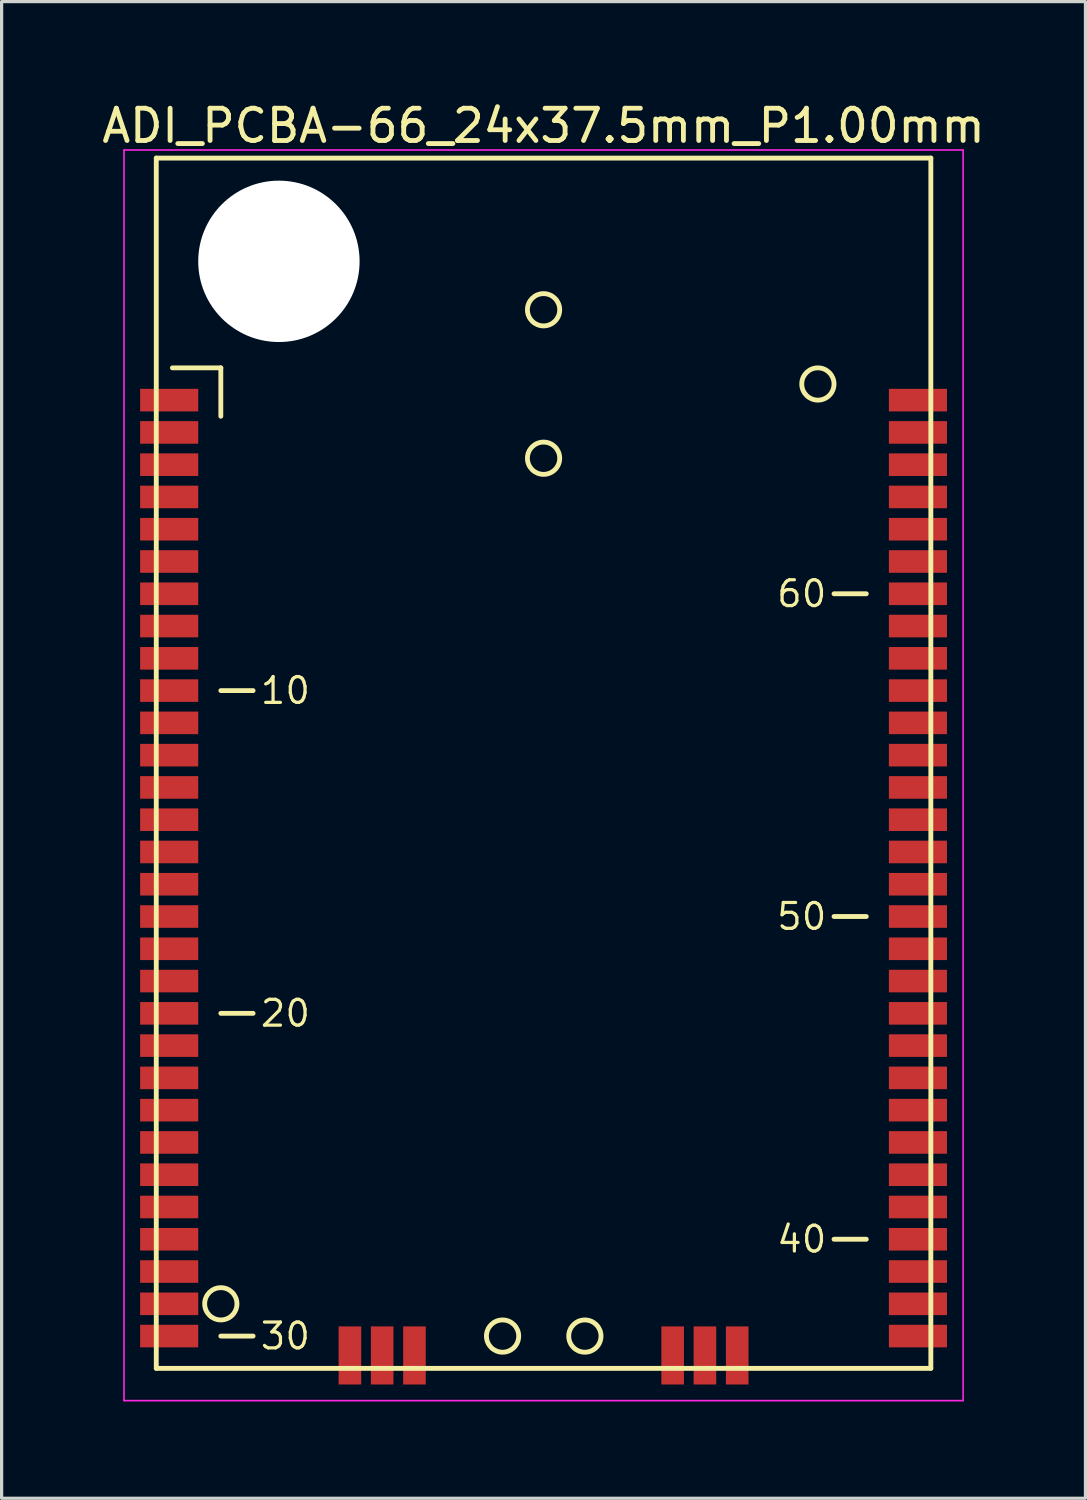
<source format=kicad_pcb>
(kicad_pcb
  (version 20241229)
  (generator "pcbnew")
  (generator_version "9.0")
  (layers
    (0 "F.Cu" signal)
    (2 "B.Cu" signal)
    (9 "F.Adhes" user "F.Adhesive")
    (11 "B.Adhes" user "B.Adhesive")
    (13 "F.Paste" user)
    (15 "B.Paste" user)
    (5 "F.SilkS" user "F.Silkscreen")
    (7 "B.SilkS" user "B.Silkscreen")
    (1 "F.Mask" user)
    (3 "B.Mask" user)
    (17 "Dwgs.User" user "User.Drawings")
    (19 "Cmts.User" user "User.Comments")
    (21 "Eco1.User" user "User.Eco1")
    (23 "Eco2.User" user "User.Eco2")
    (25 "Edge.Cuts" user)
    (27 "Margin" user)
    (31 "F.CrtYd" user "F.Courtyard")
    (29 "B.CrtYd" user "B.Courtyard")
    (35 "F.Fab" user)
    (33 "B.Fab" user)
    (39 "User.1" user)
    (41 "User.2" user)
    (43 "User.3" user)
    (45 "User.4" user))
  (footprint "ADI_PCBA-66_24x37.5mm_P1.00mm"
    (layer "F.Cu")
    (at 3.792 37.348)
    (property "Reference" "ADI_PCBA-66_24x37.5mm_P1.00mm" (at 10 -36.5 0) (layer "F.SilkS") (effects (font (size 1 1) (thickness 0.15))))
    (attr smd)
    (fp_line (start -2 -35.5) (end 22 -35.5) (stroke (width 0.15) (type solid)) (layer "F.SilkS"))
    (fp_line (start -2 2) (end -2 -35.5) (stroke (width 0.15) (type solid)) (layer "F.SilkS"))
    (fp_line (start -1.5 -29) (end 0 -29) (stroke (width 0.15) (type solid)) (layer "F.SilkS"))
    (fp_line (start 0 -29) (end 0 -27.5) (stroke (width 0.15) (type solid)) (layer "F.SilkS"))
    (fp_line (start 0 -19) (end 1 -19) (stroke (width 0.15) (type solid)) (layer "F.SilkS"))
    (fp_line (start 0 -9) (end 1 -9) (stroke (width 0.15) (type solid)) (layer "F.SilkS"))
    (fp_line (start 0 1) (end 1 1) (stroke (width 0.15) (type solid)) (layer "F.SilkS"))
    (fp_line (start 20 -22) (end 19 -22) (stroke (width 0.15) (type solid)) (layer "F.SilkS"))
    (fp_line (start 20 -12) (end 19 -12) (stroke (width 0.15) (type solid)) (layer "F.SilkS"))
    (fp_line (start 20 -2) (end 19 -2) (stroke (width 0.15) (type solid)) (layer "F.SilkS"))
    (fp_line (start 22 -35.5) (end 22 2) (stroke (width 0.15) (type solid)) (layer "F.SilkS"))
    (fp_line (start 22 2) (end -2 2) (stroke (width 0.15) (type solid)) (layer "F.SilkS"))
    (fp_circle (center 0 0) (end 0 0.5) (stroke (width 0.15) (type solid)) (fill no) (layer "F.SilkS"))
    (fp_circle (center 8.73 1) (end 8.73 1.5) (stroke (width 0.15) (type solid)) (fill no) (layer "F.SilkS"))
    (fp_circle (center 10 -30.8) (end 10 -30.3) (stroke (width 0.15) (type solid)) (fill no) (layer "F.SilkS"))
    (fp_circle (center 10 -26.2) (end 10 -25.7) (stroke (width 0.15) (type solid)) (fill no) (layer "F.SilkS"))
    (fp_circle (center 11.28 1) (end 11.28 1.5) (stroke (width 0.15) (type solid)) (fill no) (layer "F.SilkS"))
    (fp_circle (center 18.5 -28.5) (end 18.5 -28) (stroke (width 0.15) (type solid)) (fill no) (layer "F.SilkS"))
    (fp_line (start -3 -35.75) (end -3 3) (stroke (width 0.05) (type solid)) (layer "F.CrtYd"))
    (fp_line (start -3 3) (end 23 3) (stroke (width 0.05) (type solid)) (layer "F.CrtYd"))
    (fp_line (start 23 -35.75) (end -3 -35.75) (stroke (width 0.05) (type solid)) (layer "F.CrtYd"))
    (fp_line (start 23 3) (end 23 -35.75) (stroke (width 0.05) (type solid)) (layer "F.CrtYd"))
    (fp_text user "60" (at 18 -22 0) (layer "F.SilkS") (effects (font (size 0.8 0.8) (thickness 0.1))))
    (fp_text user "40" (at 18 -2 0) (layer "F.SilkS") (effects (font (size 0.8 0.8) (thickness 0.1))))
    (fp_text user "30" (at 2 1 0) (layer "F.SilkS") (effects (font (size 0.8 0.8) (thickness 0.1))))
    (fp_text user "50" (at 18 -12 0) (layer "F.SilkS") (effects (font (size 0.8 0.8) (thickness 0.1))))
    (fp_text user "20" (at 2 -9 0) (layer "F.SilkS") (effects (font (size 0.8 0.8) (thickness 0.1))))
    (fp_text user "10" (at 2 -19 0) (layer "F.SilkS") (effects (font (size 0.8 0.8) (thickness 0.1))))
    (pad "" np_thru_hole circle (at 1.8 -32.3) (size 5 5) (drill 5) (layers "*.Cu" "*.Mask"))
    (pad "1" smd rect (at -2 -28) (size 1.8 0.7) (drill (offset 0.4 0)) (layers "F.Cu" "F.Mask" "F.Paste"))
    (pad "2" smd rect (at -2 -27) (size 1.8 0.7) (drill (offset 0.4 0)) (layers "F.Cu" "F.Mask" "F.Paste"))
    (pad "3" smd rect (at -2 -26) (size 1.8 0.7) (drill (offset 0.4 0)) (layers "F.Cu" "F.Mask" "F.Paste"))
    (pad "4" smd rect (at -2 -25) (size 1.8 0.7) (drill (offset 0.4 0)) (layers "F.Cu" "F.Mask" "F.Paste"))
    (pad "5" smd rect (at -2 -24) (size 1.8 0.7) (drill (offset 0.4 0)) (layers "F.Cu" "F.Mask" "F.Paste"))
    (pad "6" smd rect (at -2 -23) (size 1.8 0.7) (drill (offset 0.4 0)) (layers "F.Cu" "F.Mask" "F.Paste"))
    (pad "7" smd rect (at -2 -22) (size 1.8 0.7) (drill (offset 0.4 0)) (layers "F.Cu" "F.Mask" "F.Paste"))
    (pad "8" smd rect (at -2 -21) (size 1.8 0.7) (drill (offset 0.4 0)) (layers "F.Cu" "F.Mask" "F.Paste"))
    (pad "9" smd rect (at -2 -20) (size 1.8 0.7) (drill (offset 0.4 0)) (layers "F.Cu" "F.Mask" "F.Paste"))
    (pad "10" smd rect (at -2 -19) (size 1.8 0.7) (drill (offset 0.4 0)) (layers "F.Cu" "F.Mask" "F.Paste"))
    (pad "11" smd rect (at -2 -18) (size 1.8 0.7) (drill (offset 0.4 0)) (layers "F.Cu" "F.Mask" "F.Paste"))
    (pad "12" smd rect (at -2 -17) (size 1.8 0.7) (drill (offset 0.4 0)) (layers "F.Cu" "F.Mask" "F.Paste"))
    (pad "13" smd rect (at -2 -16) (size 1.8 0.7) (drill (offset 0.4 0)) (layers "F.Cu" "F.Mask" "F.Paste"))
    (pad "14" smd rect (at -2 -15) (size 1.8 0.7) (drill (offset 0.4 0)) (layers "F.Cu" "F.Mask" "F.Paste"))
    (pad "15" smd rect (at -2 -14) (size 1.8 0.7) (drill (offset 0.4 0)) (layers "F.Cu" "F.Mask" "F.Paste"))
    (pad "16" smd rect (at -2 -13) (size 1.8 0.7) (drill (offset 0.4 0)) (layers "F.Cu" "F.Mask" "F.Paste"))
    (pad "17" smd rect (at -2 -12) (size 1.8 0.7) (drill (offset 0.4 0)) (layers "F.Cu" "F.Mask" "F.Paste"))
    (pad "18" smd rect (at -2 -11) (size 1.8 0.7) (drill (offset 0.4 0)) (layers "F.Cu" "F.Mask" "F.Paste"))
    (pad "19" smd rect (at -2 -10) (size 1.8 0.7) (drill (offset 0.4 0)) (layers "F.Cu" "F.Mask" "F.Paste"))
    (pad "20" smd rect (at -2 -9) (size 1.8 0.7) (drill (offset 0.4 0)) (layers "F.Cu" "F.Mask" "F.Paste"))
    (pad "21" smd rect (at -2 -8) (size 1.8 0.7) (drill (offset 0.4 0)) (layers "F.Cu" "F.Mask" "F.Paste"))
    (pad "22" smd rect (at -2 -7) (size 1.8 0.7) (drill (offset 0.4 0)) (layers "F.Cu" "F.Mask" "F.Paste"))
    (pad "23" smd rect (at -2 -6) (size 1.8 0.7) (drill (offset 0.4 0)) (layers "F.Cu" "F.Mask" "F.Paste"))
    (pad "24" smd rect (at -2 -5) (size 1.8 0.7) (drill (offset 0.4 0)) (layers "F.Cu" "F.Mask" "F.Paste"))
    (pad "25" smd rect (at -2 -4) (size 1.8 0.7) (drill (offset 0.4 0)) (layers "F.Cu" "F.Mask" "F.Paste"))
    (pad "26" smd rect (at -2 -3) (size 1.8 0.7) (drill (offset 0.4 0)) (layers "F.Cu" "F.Mask" "F.Paste"))
    (pad "27" smd rect (at -2 -2) (size 1.8 0.7) (drill (offset 0.4 0)) (layers "F.Cu" "F.Mask" "F.Paste"))
    (pad "28" smd rect (at -2 -1) (size 1.8 0.7) (drill (offset 0.4 0)) (layers "F.Cu" "F.Mask" "F.Paste"))
    (pad "29" smd rect (at -2 0) (size 1.8 0.7) (drill (offset 0.4 0)) (layers "F.Cu" "F.Mask" "F.Paste"))
    (pad "30" smd rect (at -2 1) (size 1.8 0.7) (drill (offset 0.4 0)) (layers "F.Cu" "F.Mask" "F.Paste"))
    (pad "31" smd rect (at 4 2 90) (size 1.8 0.7) (drill (offset 0.4 0)) (layers "F.Cu" "F.Mask" "F.Paste"))
    (pad "32" smd rect (at 5 2 90) (size 1.8 0.7) (drill (offset 0.4 0)) (layers "F.Cu" "F.Mask" "F.Paste"))
    (pad "33" smd rect (at 6 2 90) (size 1.8 0.7) (drill (offset 0.4 0)) (layers "F.Cu" "F.Mask" "F.Paste"))
    (pad "34" smd rect (at 14 2 90) (size 1.8 0.7) (drill (offset 0.4 0)) (layers "F.Cu" "F.Mask" "F.Paste"))
    (pad "35" smd rect (at 15 2 90) (size 1.8 0.7) (drill (offset 0.4 0)) (layers "F.Cu" "F.Mask" "F.Paste"))
    (pad "36" smd rect (at 16 2 90) (size 1.8 0.7) (drill (offset 0.4 0)) (layers "F.Cu" "F.Mask" "F.Paste"))
    (pad "37" smd rect (at 22 1) (size 1.8 0.7) (drill (offset -0.4 0)) (layers "F.Cu" "F.Mask" "F.Paste"))
    (pad "38" smd rect (at 22 0) (size 1.8 0.7) (drill (offset -0.4 0)) (layers "F.Cu" "F.Mask" "F.Paste"))
    (pad "39" smd rect (at 22 -1) (size 1.8 0.7) (drill (offset -0.4 0)) (layers "F.Cu" "F.Mask" "F.Paste"))
    (pad "40" smd rect (at 22 -2) (size 1.8 0.7) (drill (offset -0.4 0)) (layers "F.Cu" "F.Mask" "F.Paste"))
    (pad "41" smd rect (at 22 -3) (size 1.8 0.7) (drill (offset -0.4 0)) (layers "F.Cu" "F.Mask" "F.Paste"))
    (pad "42" smd rect (at 22 -4) (size 1.8 0.7) (drill (offset -0.4 0)) (layers "F.Cu" "F.Mask" "F.Paste"))
    (pad "43" smd rect (at 22 -5) (size 1.8 0.7) (drill (offset -0.4 0)) (layers "F.Cu" "F.Mask" "F.Paste"))
    (pad "44" smd rect (at 22 -6) (size 1.8 0.7) (drill (offset -0.4 0)) (layers "F.Cu" "F.Mask" "F.Paste"))
    (pad "45" smd rect (at 22 -7) (size 1.8 0.7) (drill (offset -0.4 0)) (layers "F.Cu" "F.Mask" "F.Paste"))
    (pad "46" smd rect (at 22 -8) (size 1.8 0.7) (drill (offset -0.4 0)) (layers "F.Cu" "F.Mask" "F.Paste"))
    (pad "47" smd rect (at 22 -9) (size 1.8 0.7) (drill (offset -0.4 0)) (layers "F.Cu" "F.Mask" "F.Paste"))
    (pad "48" smd rect (at 22 -10) (size 1.8 0.7) (drill (offset -0.4 0)) (layers "F.Cu" "F.Mask" "F.Paste"))
    (pad "49" smd rect (at 22 -11) (size 1.8 0.7) (drill (offset -0.4 0)) (layers "F.Cu" "F.Mask" "F.Paste"))
    (pad "50" smd rect (at 22 -12) (size 1.8 0.7) (drill (offset -0.4 0)) (layers "F.Cu" "F.Mask" "F.Paste"))
    (pad "51" smd rect (at 22 -13) (size 1.8 0.7) (drill (offset -0.4 0)) (layers "F.Cu" "F.Mask" "F.Paste"))
    (pad "52" smd rect (at 22 -14) (size 1.8 0.7) (drill (offset -0.4 0)) (layers "F.Cu" "F.Mask" "F.Paste"))
    (pad "53" smd rect (at 22 -15) (size 1.8 0.7) (drill (offset -0.4 0)) (layers "F.Cu" "F.Mask" "F.Paste"))
    (pad "54" smd rect (at 22 -16) (size 1.8 0.7) (drill (offset -0.4 0)) (layers "F.Cu" "F.Mask" "F.Paste"))
    (pad "55" smd rect (at 22 -17) (size 1.8 0.7) (drill (offset -0.4 0)) (layers "F.Cu" "F.Mask" "F.Paste"))
    (pad "56" smd rect (at 22 -18) (size 1.8 0.7) (drill (offset -0.4 0)) (layers "F.Cu" "F.Mask" "F.Paste"))
    (pad "57" smd rect (at 22 -19) (size 1.8 0.7) (drill (offset -0.4 0)) (layers "F.Cu" "F.Mask" "F.Paste"))
    (pad "58" smd rect (at 22 -20) (size 1.8 0.7) (drill (offset -0.4 0)) (layers "F.Cu" "F.Mask" "F.Paste"))
    (pad "59" smd rect (at 22 -21) (size 1.8 0.7) (drill (offset -0.4 0)) (layers "F.Cu" "F.Mask" "F.Paste"))
    (pad "60" smd rect (at 22 -22) (size 1.8 0.7) (drill (offset -0.4 0)) (layers "F.Cu" "F.Mask" "F.Paste"))
    (pad "61" smd rect (at 22 -23) (size 1.8 0.7) (drill (offset -0.4 0)) (layers "F.Cu" "F.Mask" "F.Paste"))
    (pad "62" smd rect (at 22 -24) (size 1.8 0.7) (drill (offset -0.4 0)) (layers "F.Cu" "F.Mask" "F.Paste"))
    (pad "63" smd rect (at 22 -25) (size 1.8 0.7) (drill (offset -0.4 0)) (layers "F.Cu" "F.Mask" "F.Paste"))
    (pad "64" smd rect (at 22 -26) (size 1.8 0.7) (drill (offset -0.4 0)) (layers "F.Cu" "F.Mask" "F.Paste"))
    (pad "65" smd rect (at 22 -27) (size 1.8 0.7) (drill (offset -0.4 0)) (layers "F.Cu" "F.Mask" "F.Paste"))
    (pad "66" smd rect (at 22 -28) (size 1.8 0.7) (drill (offset -0.4 0)) (layers "F.Cu" "F.Mask" "F.Paste")))
  (gr_rect
    (start -3 -3)
    (end 30.583 43.373)
    (stroke (width 0.1) (type default))
    (fill no)
    (layer "Edge.Cuts")))
</source>
